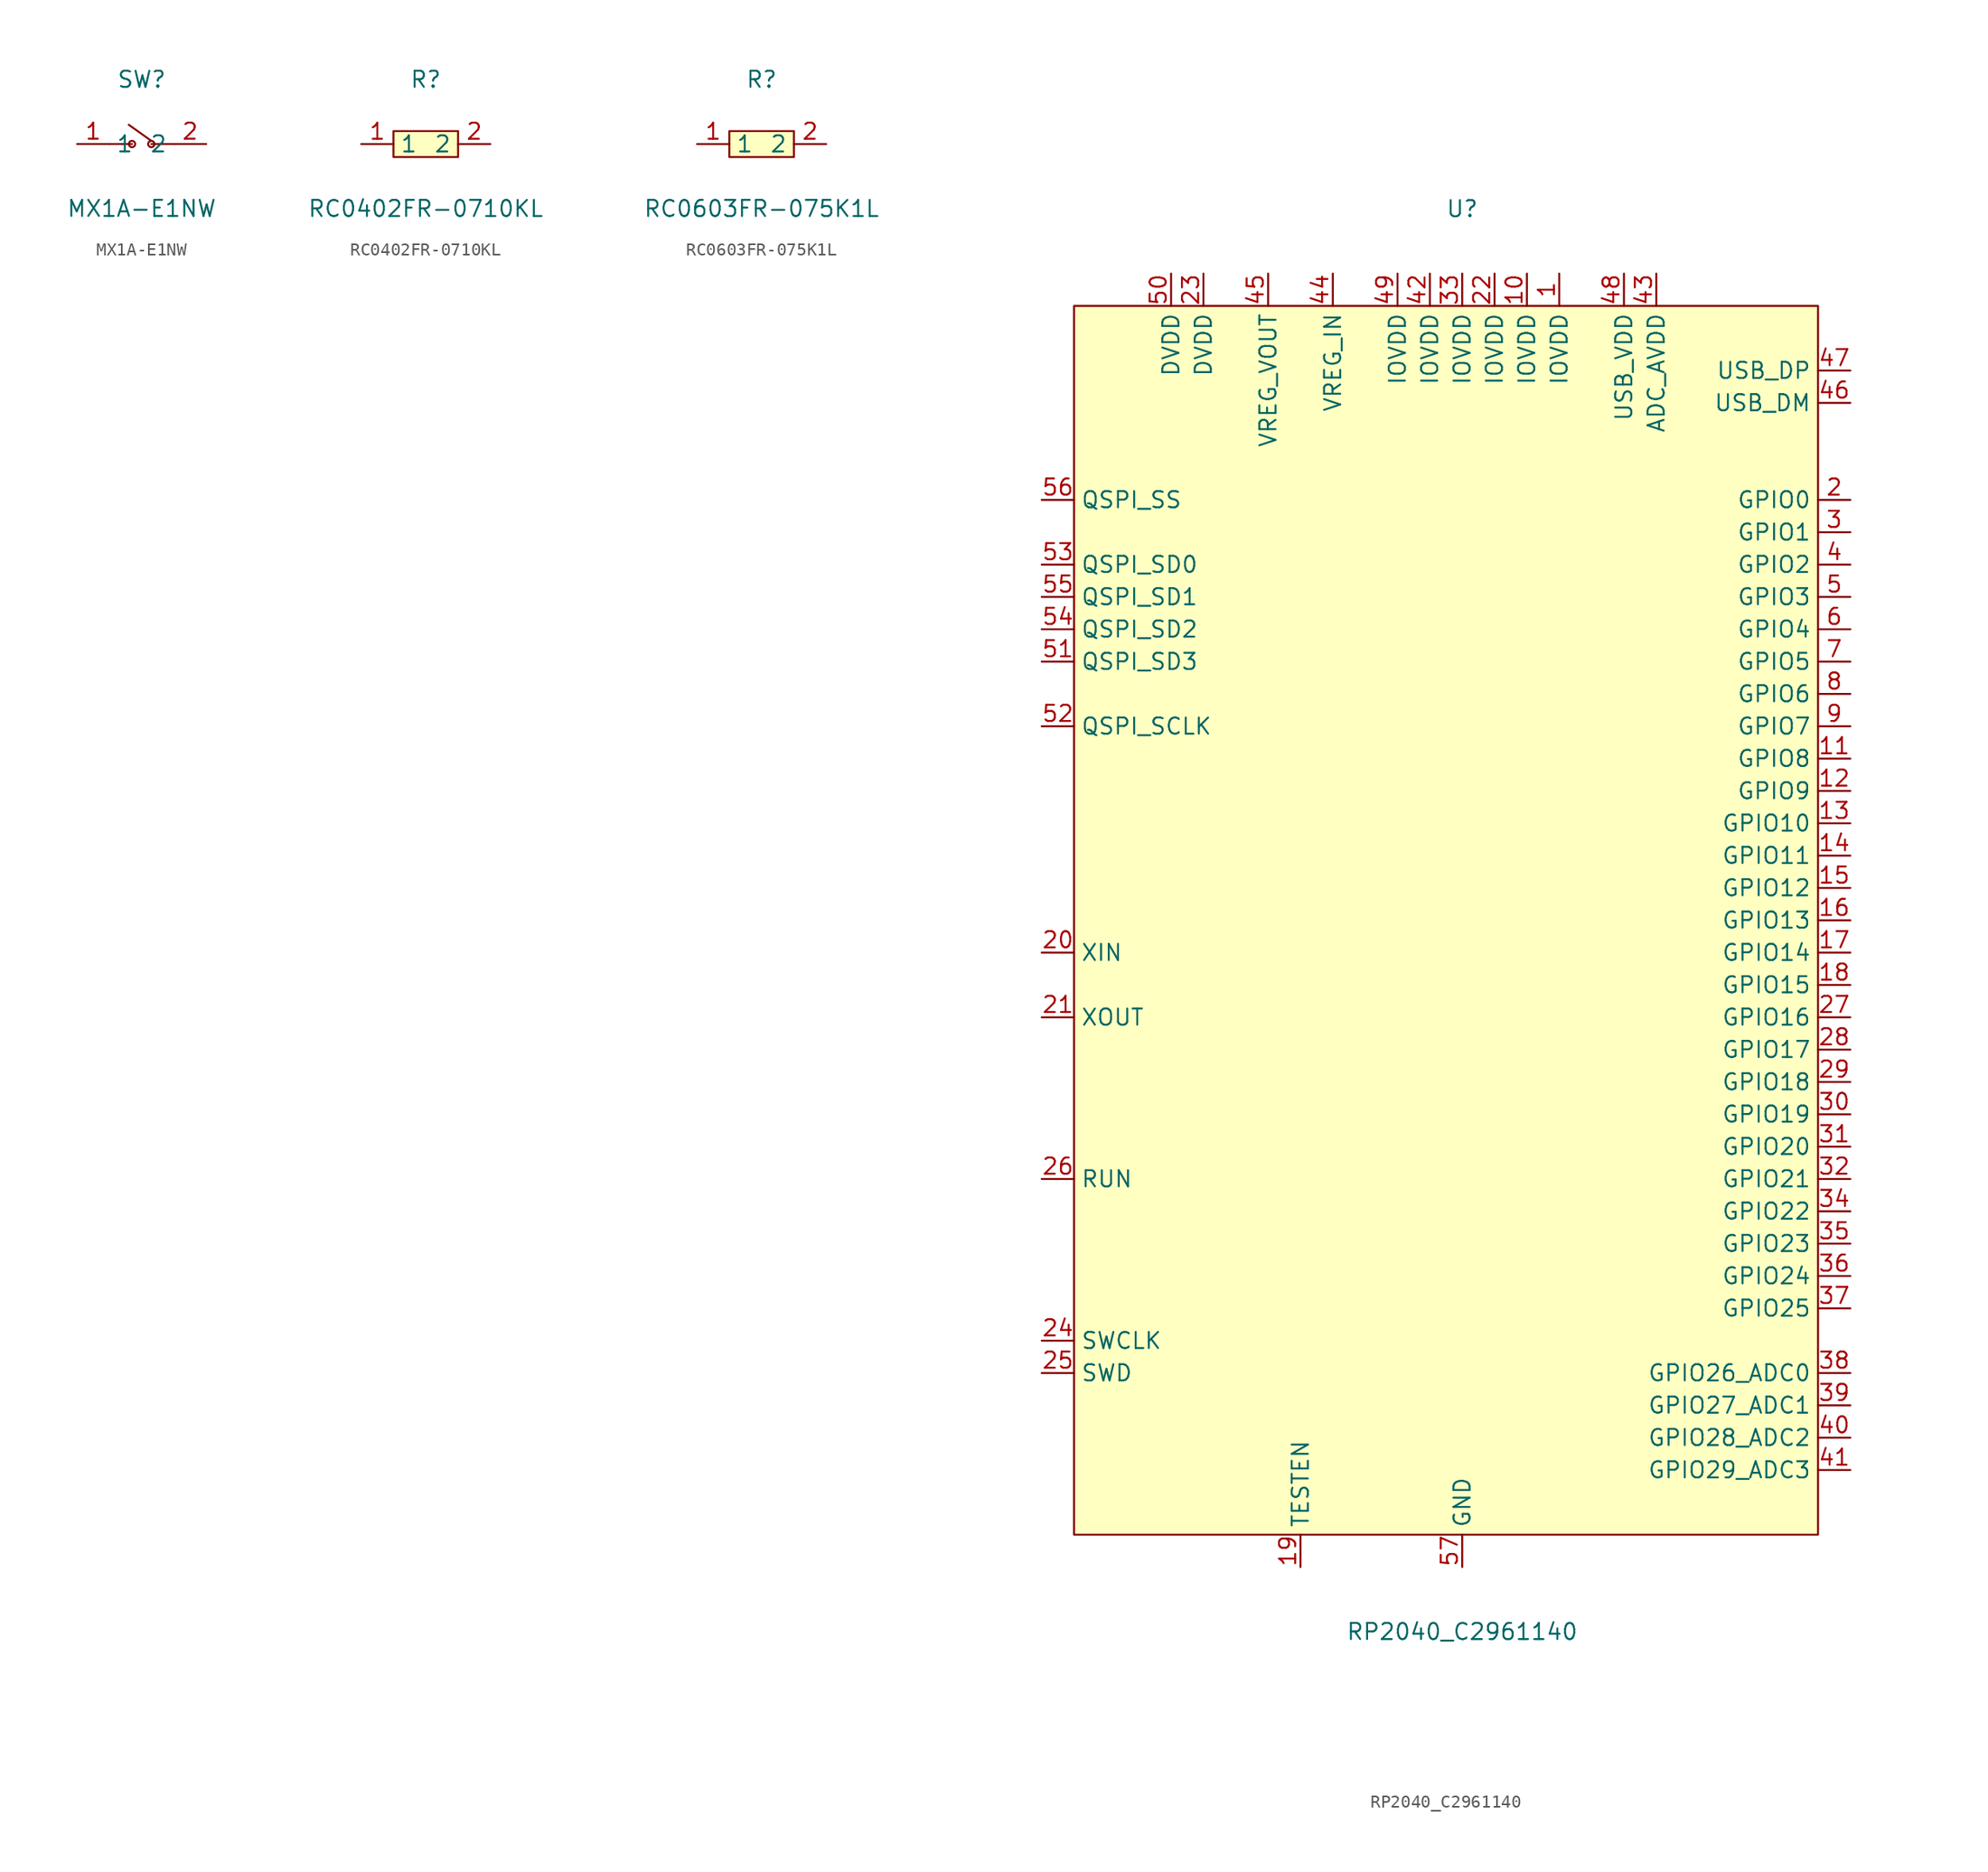
<source format=kicad_sym>
(kicad_symbol_lib
  (version 20241209)
  (generator "kicad_symbol_editor")
  (generator_version "9.0")
  (symbol "MX1A-E1NW"
    (property "Reference" "SW"
      (at 0 5.08 0)
      (effects (font (size 1.27 1.27))))
    (property "Value" "MX1A-E1NW"
      (at 0 -5.08 0)
      (effects (font (size 1.27 1.27))))
    (symbol "MX1A-E1NW_0_1"
      (polyline (pts (xy -2.54 0) (xy -1.52 0)) (stroke (width 0) (type default)) (fill (type none)))
      (polyline (pts (xy -1.52 0) (xy -0.76 0)) (stroke (width 0) (type default)) (fill (type none)))
      (polyline (pts (xy -1.02 1.52) (xy 0.76 0.25)) (stroke (width 0) (type default)) (fill (type none)))
      (circle (center -0.76 0) (radius 0.25) (stroke (width 0) (type default)) (fill (type none)))
      (circle (center 0.76 0) (radius 0.25) (stroke (width 0) (type default)) (fill (type none)))
      (polyline (pts (xy 2.54 0) (xy 0.76 0)) (stroke (width 0) (type default)) (fill (type none)))
      (pin unspecified line (at -5.08 0 0) (length 2.54) (name "1" (effects (font (size 1.27 1.27)))) (number "1" (effects (font (size 1.27 1.27)))))
      (pin unspecified line (at 5.08 0 180) (length 2.54) (name "2" (effects (font (size 1.27 1.27)))) (number "2" (effects (font (size 1.27 1.27)))))))
  (symbol "RC0402FR-0710KL"
    (property "Reference" "R"
      (at 0 5.08 0)
      (effects (font (size 1.27 1.27))))
    (property "Value" "RC0402FR-0710KL"
      (at 0 -5.08 0)
      (effects (font (size 1.27 1.27))))
    (symbol "RC0402FR-0710KL_0_1"
      (rectangle (start -2.54 1.02) (end 2.54 -1.02) (stroke (width 0) (type default)) (fill (type background)))
      (pin input line (at -5.08 0 0) (length 2.54) (name "1" (effects (font (size 1.27 1.27)))) (number "1" (effects (font (size 1.27 1.27)))))
      (pin input line (at 5.08 0 180) (length 2.54) (name "2" (effects (font (size 1.27 1.27)))) (number "2" (effects (font (size 1.27 1.27)))))))
  (symbol "RC0603FR-075K1L"
    (property "Reference" "R"
      (at 0 5.08 0)
      (effects (font (size 1.27 1.27))))
    (property "Value" "RC0603FR-075K1L"
      (at 0 -5.08 0)
      (effects (font (size 1.27 1.27))))
    (symbol "RC0603FR-075K1L_0_1"
      (rectangle (start -2.54 1.02) (end 2.54 -1.02) (stroke (width 0) (type default)) (fill (type background)))
      (pin input line (at -5.08 0 0) (length 2.54) (name "1" (effects (font (size 1.27 1.27)))) (number "1" (effects (font (size 1.27 1.27)))))
      (pin input line (at 5.08 0 180) (length 2.54) (name "2" (effects (font (size 1.27 1.27)))) (number "2" (effects (font (size 1.27 1.27)))))))
  (symbol "RP2040_C2961140"
    (property "Reference" "U"
      (at 0 55.88 0)
      (effects (font (size 1.27 1.27))))
    (property "Value" "RP2040_C2961140"
      (at 0 -55.88 0)
      (effects (font (size 1.27 1.27))))
    (symbol "RP2040_C2961140_0_1"
      (rectangle (start -30.48 48.26) (end 27.94 -48.26) (stroke (width 0) (type default)) (fill (type background)))
      (pin bidirectional line (at -33.02 33.02 0) (length 2.54) (name "QSPI_SS" (effects (font (size 1.27 1.27)))) (number "56" (effects (font (size 1.27 1.27)))))
      (pin bidirectional line (at -33.02 27.94 0) (length 2.54) (name "QSPI_SD0" (effects (font (size 1.27 1.27)))) (number "53" (effects (font (size 1.27 1.27)))))
      (pin bidirectional line (at -33.02 25.4 0) (length 2.54) (name "QSPI_SD1" (effects (font (size 1.27 1.27)))) (number "55" (effects (font (size 1.27 1.27)))))
      (pin bidirectional line (at -33.02 22.86 0) (length 2.54) (name "QSPI_SD2" (effects (font (size 1.27 1.27)))) (number "54" (effects (font (size 1.27 1.27)))))
      (pin bidirectional line (at -33.02 20.32 0) (length 2.54) (name "QSPI_SD3" (effects (font (size 1.27 1.27)))) (number "51" (effects (font (size 1.27 1.27)))))
      (pin output line (at -33.02 15.24 0) (length 2.54) (name "QSPI_SCLK" (effects (font (size 1.27 1.27)))) (number "52" (effects (font (size 1.27 1.27)))))
      (pin bidirectional line (at -33.02 -2.54 0) (length 2.54) (name "XIN" (effects (font (size 1.27 1.27)))) (number "20" (effects (font (size 1.27 1.27)))))
      (pin bidirectional line (at -33.02 -7.62 0) (length 2.54) (name "XOUT" (effects (font (size 1.27 1.27)))) (number "21" (effects (font (size 1.27 1.27)))))
      (pin input line (at -33.02 -20.32 0) (length 2.54) (name "RUN" (effects (font (size 1.27 1.27)))) (number "26" (effects (font (size 1.27 1.27)))))
      (pin output line (at -33.02 -33.02 0) (length 2.54) (name "SWCLK" (effects (font (size 1.27 1.27)))) (number "24" (effects (font (size 1.27 1.27)))))
      (pin bidirectional line (at -33.02 -35.56 0) (length 2.54) (name "SWD" (effects (font (size 1.27 1.27)))) (number "25" (effects (font (size 1.27 1.27)))))
      (pin power_in line (at -22.86 50.8 270) (length 2.54) (name "DVDD" (effects (font (size 1.27 1.27)))) (number "50" (effects (font (size 1.27 1.27)))))
      (pin power_in line (at -20.32 50.8 270) (length 2.54) (name "DVDD" (effects (font (size 1.27 1.27)))) (number "23" (effects (font (size 1.27 1.27)))))
      (pin power_out line (at -15.24 50.8 270) (length 2.54) (name "VREG_VOUT" (effects (font (size 1.27 1.27)))) (number "45" (effects (font (size 1.27 1.27)))))
      (pin power_in line (at -12.7 -50.8 90) (length 2.54) (name "TESTEN" (effects (font (size 1.27 1.27)))) (number "19" (effects (font (size 1.27 1.27)))))
      (pin power_in line (at -10.16 50.8 270) (length 2.54) (name "VREG_IN" (effects (font (size 1.27 1.27)))) (number "44" (effects (font (size 1.27 1.27)))))
      (pin power_in line (at -5.08 50.8 270) (length 2.54) (name "IOVDD" (effects (font (size 1.27 1.27)))) (number "49" (effects (font (size 1.27 1.27)))))
      (pin power_in line (at -2.54 50.8 270) (length 2.54) (name "IOVDD" (effects (font (size 1.27 1.27)))) (number "42" (effects (font (size 1.27 1.27)))))
      (pin power_in line (at 0 50.8 270) (length 2.54) (name "IOVDD" (effects (font (size 1.27 1.27)))) (number "33" (effects (font (size 1.27 1.27)))))
      (pin power_in line (at 0 -50.8 90) (length 2.54) (name "GND" (effects (font (size 1.27 1.27)))) (number "57" (effects (font (size 1.27 1.27)))))
      (pin power_in line (at 2.54 50.8 270) (length 2.54) (name "IOVDD" (effects (font (size 1.27 1.27)))) (number "22" (effects (font (size 1.27 1.27)))))
      (pin power_in line (at 5.08 50.8 270) (length 2.54) (name "IOVDD" (effects (font (size 1.27 1.27)))) (number "10" (effects (font (size 1.27 1.27)))))
      (pin power_in line (at 7.62 50.8 270) (length 2.54) (name "IOVDD" (effects (font (size 1.27 1.27)))) (number "1" (effects (font (size 1.27 1.27)))))
      (pin power_in line (at 12.7 50.8 270) (length 2.54) (name "USB_VDD" (effects (font (size 1.27 1.27)))) (number "48" (effects (font (size 1.27 1.27)))))
      (pin power_in line (at 15.24 50.8 270) (length 2.54) (name "ADC_AVDD" (effects (font (size 1.27 1.27)))) (number "43" (effects (font (size 1.27 1.27)))))
      (pin bidirectional line (at 30.48 43.18 180) (length 2.54) (name "USB_DP" (effects (font (size 1.27 1.27)))) (number "47" (effects (font (size 1.27 1.27)))))
      (pin bidirectional line (at 30.48 40.64 180) (length 2.54) (name "USB_DM" (effects (font (size 1.27 1.27)))) (number "46" (effects (font (size 1.27 1.27)))))
      (pin bidirectional line (at 30.48 33.02 180) (length 2.54) (name "GPIO0" (effects (font (size 1.27 1.27)))) (number "2" (effects (font (size 1.27 1.27)))))
      (pin bidirectional line (at 30.48 30.48 180) (length 2.54) (name "GPIO1" (effects (font (size 1.27 1.27)))) (number "3" (effects (font (size 1.27 1.27)))))
      (pin bidirectional line (at 30.48 27.94 180) (length 2.54) (name "GPIO2" (effects (font (size 1.27 1.27)))) (number "4" (effects (font (size 1.27 1.27)))))
      (pin bidirectional line (at 30.48 25.4 180) (length 2.54) (name "GPIO3" (effects (font (size 1.27 1.27)))) (number "5" (effects (font (size 1.27 1.27)))))
      (pin bidirectional line (at 30.48 22.86 180) (length 2.54) (name "GPIO4" (effects (font (size 1.27 1.27)))) (number "6" (effects (font (size 1.27 1.27)))))
      (pin bidirectional line (at 30.48 20.32 180) (length 2.54) (name "GPIO5" (effects (font (size 1.27 1.27)))) (number "7" (effects (font (size 1.27 1.27)))))
      (pin bidirectional line (at 30.48 17.78 180) (length 2.54) (name "GPIO6" (effects (font (size 1.27 1.27)))) (number "8" (effects (font (size 1.27 1.27)))))
      (pin bidirectional line (at 30.48 15.24 180) (length 2.54) (name "GPIO7" (effects (font (size 1.27 1.27)))) (number "9" (effects (font (size 1.27 1.27)))))
      (pin bidirectional line (at 30.48 12.7 180) (length 2.54) (name "GPIO8" (effects (font (size 1.27 1.27)))) (number "11" (effects (font (size 1.27 1.27)))))
      (pin bidirectional line (at 30.48 10.16 180) (length 2.54) (name "GPIO9" (effects (font (size 1.27 1.27)))) (number "12" (effects (font (size 1.27 1.27)))))
      (pin bidirectional line (at 30.48 7.62 180) (length 2.54) (name "GPIO10" (effects (font (size 1.27 1.27)))) (number "13" (effects (font (size 1.27 1.27)))))
      (pin bidirectional line (at 30.48 5.08 180) (length 2.54) (name "GPIO11" (effects (font (size 1.27 1.27)))) (number "14" (effects (font (size 1.27 1.27)))))
      (pin bidirectional line (at 30.48 2.54 180) (length 2.54) (name "GPIO12" (effects (font (size 1.27 1.27)))) (number "15" (effects (font (size 1.27 1.27)))))
      (pin bidirectional line (at 30.48 0 180) (length 2.54) (name "GPIO13" (effects (font (size 1.27 1.27)))) (number "16" (effects (font (size 1.27 1.27)))))
      (pin bidirectional line (at 30.48 -2.54 180) (length 2.54) (name "GPIO14" (effects (font (size 1.27 1.27)))) (number "17" (effects (font (size 1.27 1.27)))))
      (pin bidirectional line (at 30.48 -5.08 180) (length 2.54) (name "GPIO15" (effects (font (size 1.27 1.27)))) (number "18" (effects (font (size 1.27 1.27)))))
      (pin bidirectional line (at 30.48 -7.62 180) (length 2.54) (name "GPIO16" (effects (font (size 1.27 1.27)))) (number "27" (effects (font (size 1.27 1.27)))))
      (pin bidirectional line (at 30.48 -10.16 180) (length 2.54) (name "GPIO17" (effects (font (size 1.27 1.27)))) (number "28" (effects (font (size 1.27 1.27)))))
      (pin bidirectional line (at 30.48 -12.7 180) (length 2.54) (name "GPIO18" (effects (font (size 1.27 1.27)))) (number "29" (effects (font (size 1.27 1.27)))))
      (pin bidirectional line (at 30.48 -15.24 180) (length 2.54) (name "GPIO19" (effects (font (size 1.27 1.27)))) (number "30" (effects (font (size 1.27 1.27)))))
      (pin bidirectional line (at 30.48 -17.78 180) (length 2.54) (name "GPIO20" (effects (font (size 1.27 1.27)))) (number "31" (effects (font (size 1.27 1.27)))))
      (pin bidirectional line (at 30.48 -20.32 180) (length 2.54) (name "GPIO21" (effects (font (size 1.27 1.27)))) (number "32" (effects (font (size 1.27 1.27)))))
      (pin bidirectional line (at 30.48 -22.86 180) (length 2.54) (name "GPIO22" (effects (font (size 1.27 1.27)))) (number "34" (effects (font (size 1.27 1.27)))))
      (pin bidirectional line (at 30.48 -25.4 180) (length 2.54) (name "GPIO23" (effects (font (size 1.27 1.27)))) (number "35" (effects (font (size 1.27 1.27)))))
      (pin bidirectional line (at 30.48 -27.94 180) (length 2.54) (name "GPIO24" (effects (font (size 1.27 1.27)))) (number "36" (effects (font (size 1.27 1.27)))))
      (pin bidirectional line (at 30.48 -30.48 180) (length 2.54) (name "GPIO25" (effects (font (size 1.27 1.27)))) (number "37" (effects (font (size 1.27 1.27)))))
      (pin bidirectional line (at 30.48 -35.56 180) (length 2.54) (name "GPIO26_ADC0" (effects (font (size 1.27 1.27)))) (number "38" (effects (font (size 1.27 1.27)))))
      (pin bidirectional line (at 30.48 -38.1 180) (length 2.54) (name "GPIO27_ADC1" (effects (font (size 1.27 1.27)))) (number "39" (effects (font (size 1.27 1.27)))))
      (pin bidirectional line (at 30.48 -40.64 180) (length 2.54) (name "GPIO28_ADC2" (effects (font (size 1.27 1.27)))) (number "40" (effects (font (size 1.27 1.27)))))
      (pin bidirectional line (at 30.48 -43.18 180) (length 2.54) (name "GPIO29_ADC3" (effects (font (size 1.27 1.27)))) (number "41" (effects (font (size 1.27 1.27))))))))
</source>
